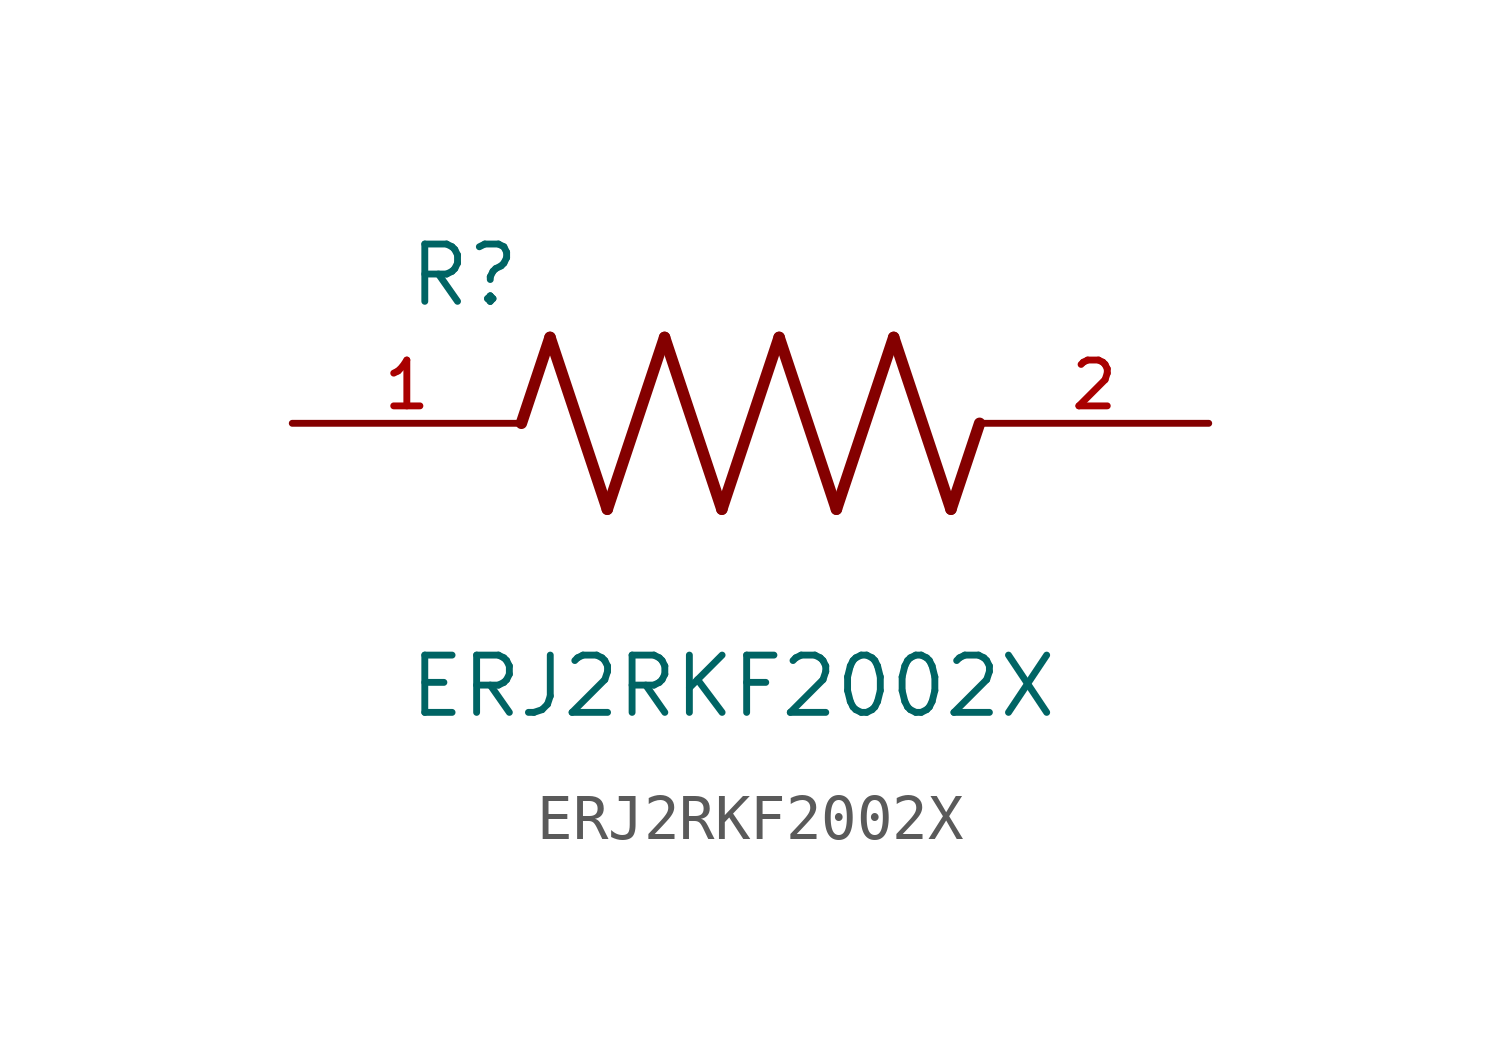
<source format=kicad_sym>
(kicad_symbol_lib
  (version 20211014)
  (generator kicad_symbol_editor)
  (symbol "ERJ2RKF2002X"
    (pin_names
      (offset 1.016))
    (property "Reference" "R"
      (at -7.624 2.541 0)
      (effects (font (size 1.27 1.27)) (justify bottom left)))
    (property "Value" "ERJ2RKF2002X"
      (at -7.624 -5.087 0)
      (effects (font (size 1.27 1.27)) (justify top left)))
    (symbol "ERJ2RKF2002X_0_0"
      (polyline (pts (xy -5.08 0.0) (xy -4.445 1.905)) (stroke (width 0.254)))
      (polyline (pts (xy -4.445 1.905) (xy -3.175 -1.905)) (stroke (width 0.254)))
      (polyline (pts (xy -3.175 -1.905) (xy -1.905 1.905)) (stroke (width 0.254)))
      (polyline (pts (xy -1.905 1.905) (xy -0.635 -1.905)) (stroke (width 0.254)))
      (polyline (pts (xy -0.635 -1.905) (xy 0.635 1.905)) (stroke (width 0.254)))
      (polyline (pts (xy 0.635 1.905) (xy 1.905 -1.905)) (stroke (width 0.254)))
      (polyline (pts (xy 1.905 -1.905) (xy 3.175 1.905)) (stroke (width 0.254)))
      (polyline (pts (xy 3.175 1.905) (xy 4.445 -1.905)) (stroke (width 0.254)))
      (polyline (pts (xy 4.445 -1.905) (xy 5.08 0.0)) (stroke (width 0.254)))
      (pin passive line (at -10.16 0.0 0) (length 5.08) (name "~" (effects (font (size 1.016 1.016)))) (number "1" (effects (font (size 1.016 1.016)))))
      (pin passive line (at 10.16 0.0 180.0) (length 5.08) (name "~" (effects (font (size 1.016 1.016)))) (number "2" (effects (font (size 1.016 1.016))))))))
</source>
